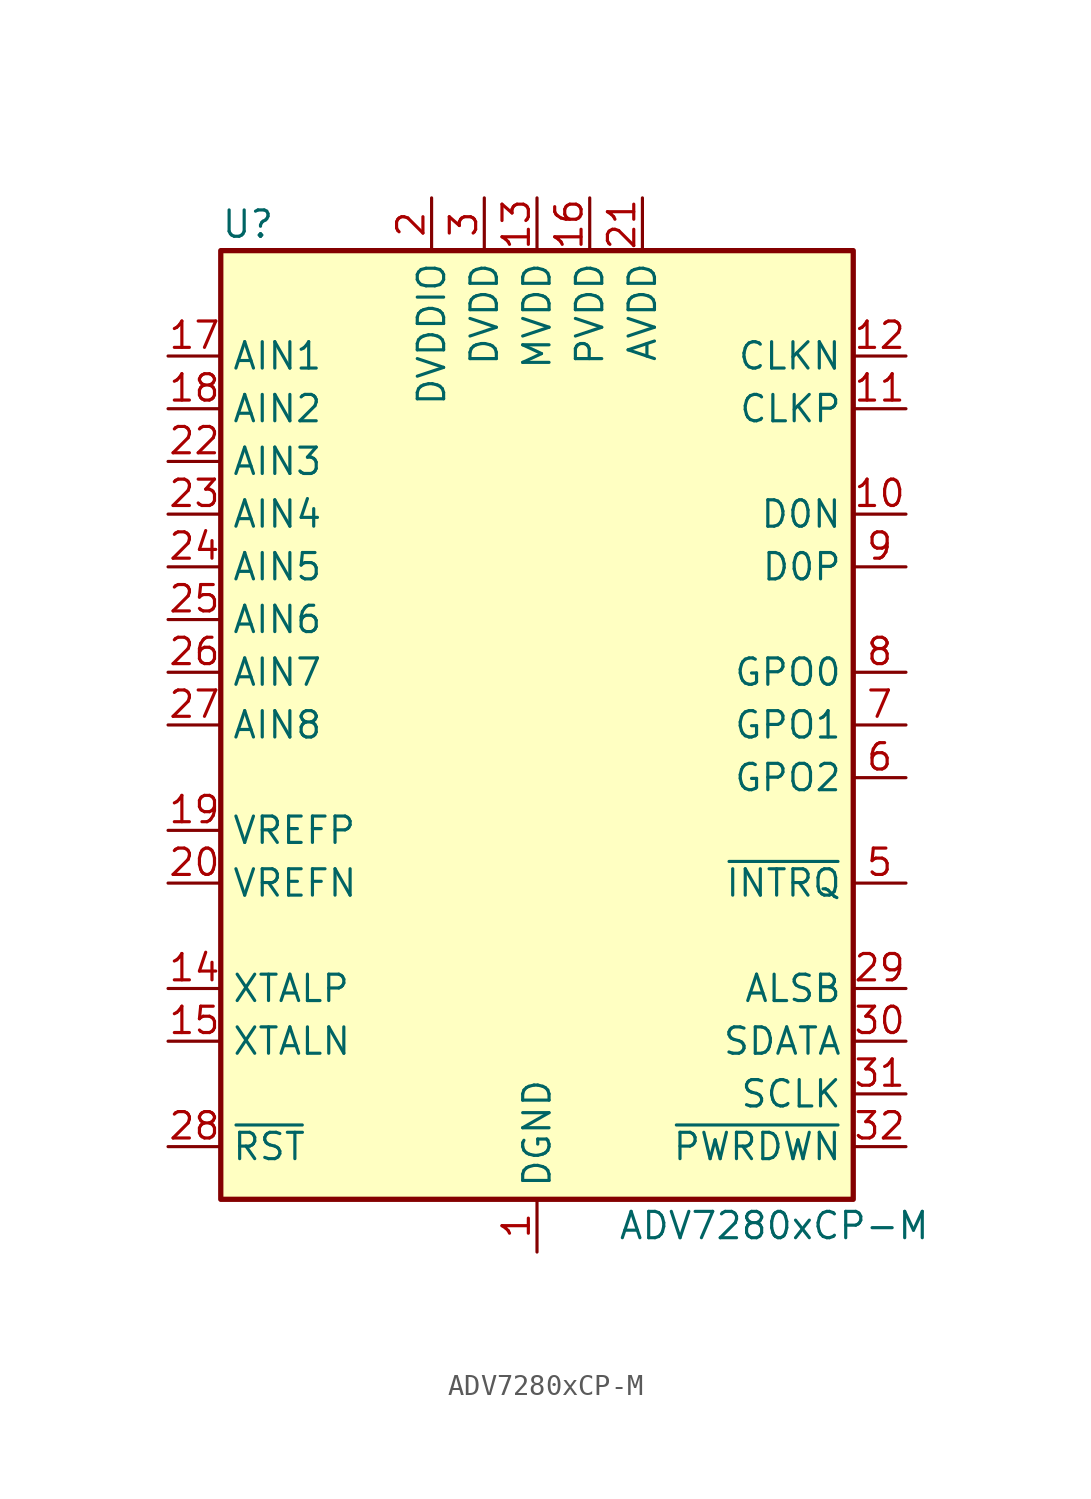
<source format=kicad_sym>
(kicad_symbol_lib
  (version 20211014)
  (generator kicad_symbol_editor)
  (symbol "ADV7280xCP-M"
    (property "Reference" "U"
      (at -15.24 24.13 0)
      (effects (font (size 1.27 1.27)) (justify left)))
    (property "Value" "ADV7280xCP-M"
      (at 11.43 -24.13 0)
      (effects (font (size 1.27 1.27))))
    (symbol "ADV7280xCP-M_0_1"
      (rectangle (start -15.24 22.86) (end 15.24 -22.86) (stroke (width 0.254) (type default) (color 0 0 0 0)) (fill (type background))))
    (symbol "ADV7280xCP-M_1_1"
      (pin power_in line (at 0 -25.4 90) (length 2.54) (name "DGND" (effects (font (size 1.27 1.27)))) (number "1" (effects (font (size 1.27 1.27)))))
      (pin output line (at 17.78 10.16 180) (length 2.54) (name "D0N" (effects (font (size 1.27 1.27)))) (number "10" (effects (font (size 1.27 1.27)))))
      (pin output line (at 17.78 15.24 180) (length 2.54) (name "CLKP" (effects (font (size 1.27 1.27)))) (number "11" (effects (font (size 1.27 1.27)))))
      (pin output line (at 17.78 17.78 180) (length 2.54) (name "CLKN" (effects (font (size 1.27 1.27)))) (number "12" (effects (font (size 1.27 1.27)))))
      (pin power_in line (at 0 25.4 270) (length 2.54) (name "MVDD" (effects (font (size 1.27 1.27)))) (number "13" (effects (font (size 1.27 1.27)))))
      (pin output line (at -17.78 -12.7 0) (length 2.54) (name "XTALP" (effects (font (size 1.27 1.27)))) (number "14" (effects (font (size 1.27 1.27)))))
      (pin input line (at -17.78 -15.24 0) (length 2.54) (name "XTALN" (effects (font (size 1.27 1.27)))) (number "15" (effects (font (size 1.27 1.27)))))
      (pin power_in line (at 2.54 25.4 270) (length 2.54) (name "PVDD" (effects (font (size 1.27 1.27)))) (number "16" (effects (font (size 1.27 1.27)))))
      (pin input line (at -17.78 17.78 0) (length 2.54) (name "AIN1" (effects (font (size 1.27 1.27)))) (number "17" (effects (font (size 1.27 1.27)))))
      (pin input line (at -17.78 15.24 0) (length 2.54) (name "AIN2" (effects (font (size 1.27 1.27)))) (number "18" (effects (font (size 1.27 1.27)))))
      (pin output line (at -17.78 -5.08 0) (length 2.54) (name "VREFP" (effects (font (size 1.27 1.27)))) (number "19" (effects (font (size 1.27 1.27)))))
      (pin power_in line (at -5.08 25.4 270) (length 2.54) (name "DVDDIO" (effects (font (size 1.27 1.27)))) (number "2" (effects (font (size 1.27 1.27)))))
      (pin output line (at -17.78 -7.62 0) (length 2.54) (name "VREFN" (effects (font (size 1.27 1.27)))) (number "20" (effects (font (size 1.27 1.27)))))
      (pin power_in line (at 5.08 25.4 270) (length 2.54) (name "AVDD" (effects (font (size 1.27 1.27)))) (number "21" (effects (font (size 1.27 1.27)))))
      (pin input line (at -17.78 12.7 0) (length 2.54) (name "AIN3" (effects (font (size 1.27 1.27)))) (number "22" (effects (font (size 1.27 1.27)))))
      (pin input line (at -17.78 10.16 0) (length 2.54) (name "AIN4" (effects (font (size 1.27 1.27)))) (number "23" (effects (font (size 1.27 1.27)))))
      (pin input line (at -17.78 7.62 0) (length 2.54) (name "AIN5" (effects (font (size 1.27 1.27)))) (number "24" (effects (font (size 1.27 1.27)))))
      (pin input line (at -17.78 5.08 0) (length 2.54) (name "AIN6" (effects (font (size 1.27 1.27)))) (number "25" (effects (font (size 1.27 1.27)))))
      (pin input line (at -17.78 2.54 0) (length 2.54) (name "AIN7" (effects (font (size 1.27 1.27)))) (number "26" (effects (font (size 1.27 1.27)))))
      (pin input line (at -17.78 0 0) (length 2.54) (name "AIN8" (effects (font (size 1.27 1.27)))) (number "27" (effects (font (size 1.27 1.27)))))
      (pin input line (at -17.78 -20.32 0) (length 2.54) (name "~{RST}" (effects (font (size 1.27 1.27)))) (number "28" (effects (font (size 1.27 1.27)))))
      (pin input line (at 17.78 -12.7 180) (length 2.54) (name "ALSB" (effects (font (size 1.27 1.27)))) (number "29" (effects (font (size 1.27 1.27)))))
      (pin power_in line (at -2.54 25.4 270) (length 2.54) (name "DVDD" (effects (font (size 1.27 1.27)))) (number "3" (effects (font (size 1.27 1.27)))))
      (pin bidirectional line (at 17.78 -15.24 180) (length 2.54) (name "SDATA" (effects (font (size 1.27 1.27)))) (number "30" (effects (font (size 1.27 1.27)))))
      (pin input line (at 17.78 -17.78 180) (length 2.54) (name "SCLK" (effects (font (size 1.27 1.27)))) (number "31" (effects (font (size 1.27 1.27)))))
      (pin input line (at 17.78 -20.32 180) (length 2.54) (name "~{PWRDWN}" (effects (font (size 1.27 1.27)))) (number "32" (effects (font (size 1.27 1.27)))))
      (pin passive line (at 0 -25.4 90) (length 2.54) hide (name "DGND" (effects (font (size 1.27 1.27)))) (number "33" (effects (font (size 1.27 1.27)))))
      (pin passive line (at 0 -25.4 90) (length 2.54) hide (name "DGND" (effects (font (size 1.27 1.27)))) (number "4" (effects (font (size 1.27 1.27)))))
      (pin output line (at 17.78 -7.62 180) (length 2.54) (name "~{INTRQ}" (effects (font (size 1.27 1.27)))) (number "5" (effects (font (size 1.27 1.27)))))
      (pin output line (at 17.78 -2.54 180) (length 2.54) (name "GPO2" (effects (font (size 1.27 1.27)))) (number "6" (effects (font (size 1.27 1.27)))))
      (pin output line (at 17.78 0 180) (length 2.54) (name "GPO1" (effects (font (size 1.27 1.27)))) (number "7" (effects (font (size 1.27 1.27)))))
      (pin output line (at 17.78 2.54 180) (length 2.54) (name "GPO0" (effects (font (size 1.27 1.27)))) (number "8" (effects (font (size 1.27 1.27)))))
      (pin output line (at 17.78 7.62 180) (length 2.54) (name "D0P" (effects (font (size 1.27 1.27)))) (number "9" (effects (font (size 1.27 1.27))))))))
</source>
